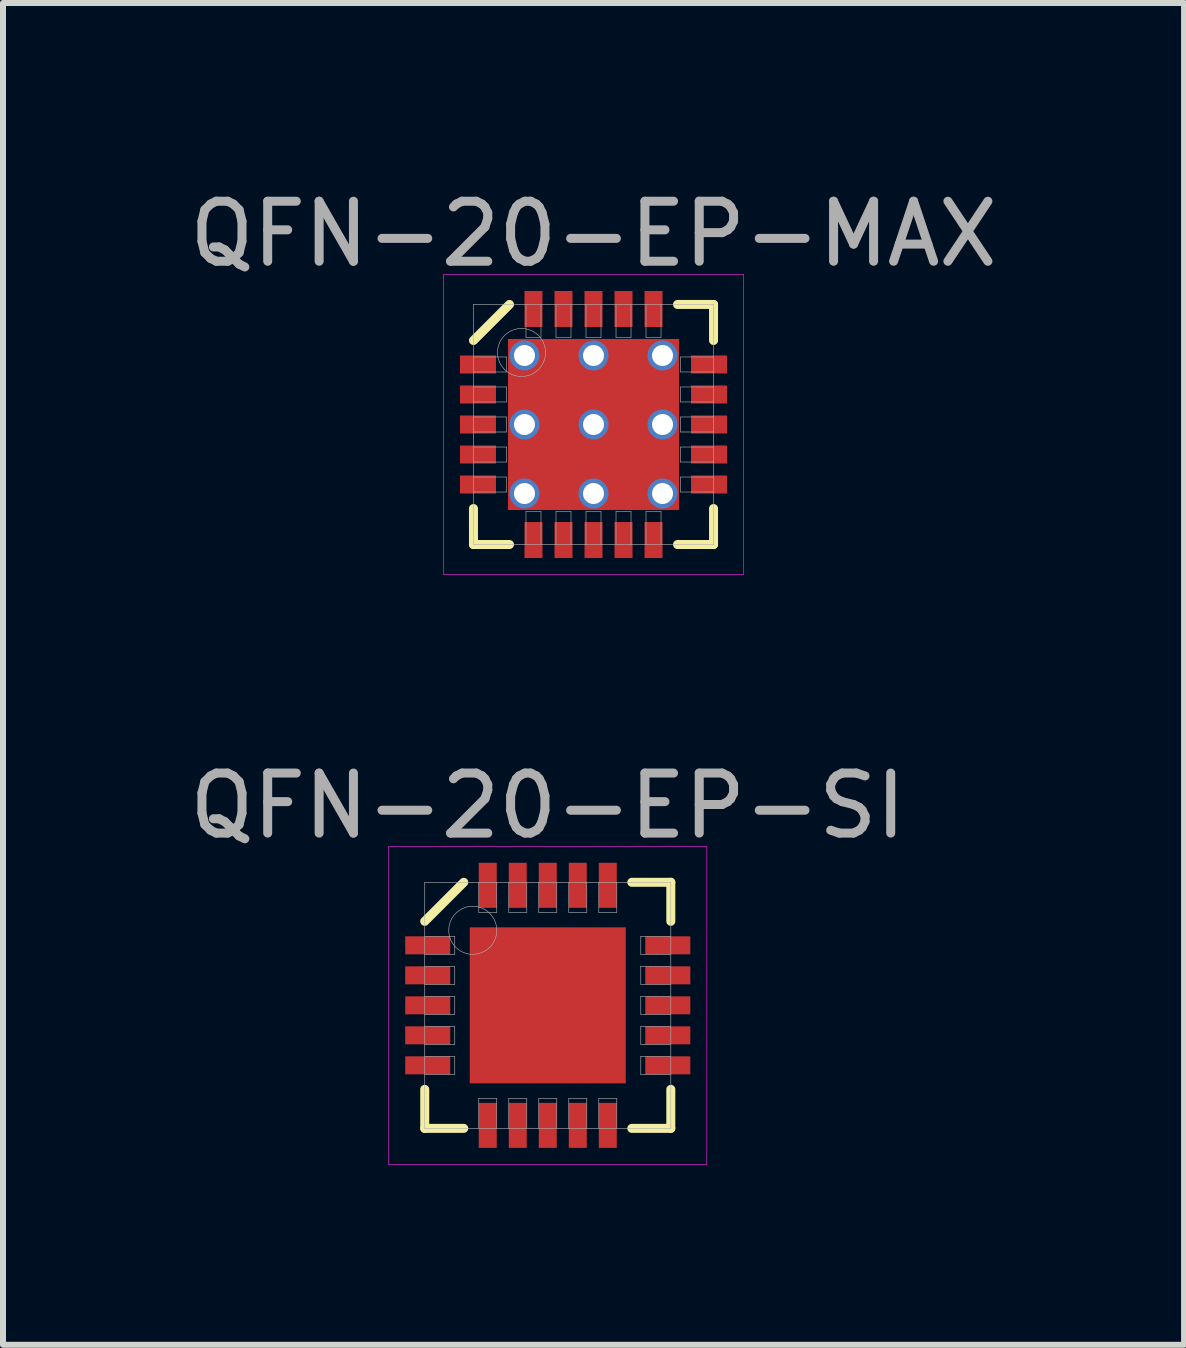
<source format=kicad_pcb>
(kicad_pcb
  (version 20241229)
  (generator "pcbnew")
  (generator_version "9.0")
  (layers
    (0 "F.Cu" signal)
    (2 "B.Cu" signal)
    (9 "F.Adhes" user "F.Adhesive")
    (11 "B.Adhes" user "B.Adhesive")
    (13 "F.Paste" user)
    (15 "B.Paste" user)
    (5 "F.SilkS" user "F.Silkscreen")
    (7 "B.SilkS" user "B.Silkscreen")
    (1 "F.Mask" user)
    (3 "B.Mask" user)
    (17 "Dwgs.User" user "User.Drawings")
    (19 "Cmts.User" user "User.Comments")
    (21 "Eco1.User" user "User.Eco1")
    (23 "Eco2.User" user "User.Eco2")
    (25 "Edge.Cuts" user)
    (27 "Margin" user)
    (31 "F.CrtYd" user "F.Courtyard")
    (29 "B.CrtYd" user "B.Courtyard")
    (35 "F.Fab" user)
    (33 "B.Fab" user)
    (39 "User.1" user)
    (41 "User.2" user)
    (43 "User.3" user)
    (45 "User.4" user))
  (footprint "QFN-20-EP-SI"
    (layer "F.Cu")
    (at 6.077 13.701)
    (property "Reference" "QFN-20-EP-SI" (at 0 -3.325 0) (layer "F.Fab") (effects (font (size 1 1) (thickness 0.15))))
    (attr through_hole)
    (fp_line (start -2.05 -1.4) (end -1.4 -2.05) (stroke (width 0.15) (type solid)) (layer "F.SilkS"))
    (fp_line (start -2.05 2.05) (end -2.05 1.4) (stroke (width 0.15) (type solid)) (layer "F.SilkS"))
    (fp_line (start -1.4 2.05) (end -2.05 2.05) (stroke (width 0.15) (type solid)) (layer "F.SilkS"))
    (fp_line (start 1.4 -2.05) (end 2.05 -2.05) (stroke (width 0.15) (type solid)) (layer "F.SilkS"))
    (fp_line (start 1.4 2.05) (end 2.05 2.05) (stroke (width 0.15) (type solid)) (layer "F.SilkS"))
    (fp_line (start 2.05 -2.05) (end 2.05 -1.4) (stroke (width 0.15) (type solid)) (layer "F.SilkS"))
    (fp_line (start 2.05 2.05) (end 2.05 1.4) (stroke (width 0.15) (type solid)) (layer "F.SilkS"))
    (fp_line (start -2.65 -2.65) (end 2.65 -2.65) (stroke (width 0.01) (type solid)) (layer "F.CrtYd"))
    (fp_line (start -2.65 2.65) (end -2.65 -2.65) (stroke (width 0.01) (type solid)) (layer "F.CrtYd"))
    (fp_line (start 2.65 -2.65) (end 2.65 2.65) (stroke (width 0.01) (type solid)) (layer "F.CrtYd"))
    (fp_line (start 2.65 2.65) (end -2.65 2.65) (stroke (width 0.01) (type solid)) (layer "F.CrtYd"))
    (fp_line (start -2.05 -2.05) (end 2.05 -2.05) (stroke (width 0.01) (type solid)) (layer "F.Fab"))
    (fp_line (start -2.05 -0.85) (end -1.55 -0.85) (stroke (width 0.01) (type solid)) (layer "F.Fab"))
    (fp_line (start -2.05 -0.35) (end -1.55 -0.35) (stroke (width 0.01) (type solid)) (layer "F.Fab"))
    (fp_line (start -2.05 0.15) (end -1.55 0.15) (stroke (width 0.01) (type solid)) (layer "F.Fab"))
    (fp_line (start -2.05 0.65) (end -1.55 0.65) (stroke (width 0.01) (type solid)) (layer "F.Fab"))
    (fp_line (start -2.05 1.15) (end -1.55 1.15) (stroke (width 0.01) (type solid)) (layer "F.Fab"))
    (fp_line (start -2.05 2.05) (end -2.05 -2.05) (stroke (width 0.01) (type solid)) (layer "F.Fab"))
    (fp_line (start -1.55 -1.15) (end -2.05 -1.15) (stroke (width 0.01) (type solid)) (layer "F.Fab"))
    (fp_line (start -1.55 -0.85) (end -1.55 -1.15) (stroke (width 0.01) (type solid)) (layer "F.Fab"))
    (fp_line (start -1.55 -0.65) (end -2.05 -0.65) (stroke (width 0.01) (type solid)) (layer "F.Fab"))
    (fp_line (start -1.55 -0.35) (end -1.55 -0.65) (stroke (width 0.01) (type solid)) (layer "F.Fab"))
    (fp_line (start -1.55 -0.15) (end -2.05 -0.15) (stroke (width 0.01) (type solid)) (layer "F.Fab"))
    (fp_line (start -1.55 0.15) (end -1.55 -0.15) (stroke (width 0.01) (type solid)) (layer "F.Fab"))
    (fp_line (start -1.55 0.35) (end -2.05 0.35) (stroke (width 0.01) (type solid)) (layer "F.Fab"))
    (fp_line (start -1.55 0.65) (end -1.55 0.35) (stroke (width 0.01) (type solid)) (layer "F.Fab"))
    (fp_line (start -1.55 0.85) (end -2.05 0.85) (stroke (width 0.01) (type solid)) (layer "F.Fab"))
    (fp_line (start -1.55 1.15) (end -1.55 0.85) (stroke (width 0.01) (type solid)) (layer "F.Fab"))
    (fp_line (start -1.15 -2.05) (end -1.15 -1.55) (stroke (width 0.01) (type solid)) (layer "F.Fab"))
    (fp_line (start -1.15 -1.55) (end -0.85 -1.55) (stroke (width 0.01) (type solid)) (layer "F.Fab"))
    (fp_line (start -1.15 1.55) (end -1.15 2.05) (stroke (width 0.01) (type solid)) (layer "F.Fab"))
    (fp_line (start -0.85 -1.55) (end -0.85 -2.05) (stroke (width 0.01) (type solid)) (layer "F.Fab"))
    (fp_line (start -0.85 1.55) (end -1.15 1.55) (stroke (width 0.01) (type solid)) (layer "F.Fab"))
    (fp_line (start -0.85 2.05) (end -0.85 1.55) (stroke (width 0.01) (type solid)) (layer "F.Fab"))
    (fp_line (start -0.65 -2.05) (end -0.65 -1.55) (stroke (width 0.01) (type solid)) (layer "F.Fab"))
    (fp_line (start -0.65 -1.55) (end -0.35 -1.55) (stroke (width 0.01) (type solid)) (layer "F.Fab"))
    (fp_line (start -0.65 1.55) (end -0.65 2.05) (stroke (width 0.01) (type solid)) (layer "F.Fab"))
    (fp_line (start -0.35 -1.55) (end -0.35 -2.05) (stroke (width 0.01) (type solid)) (layer "F.Fab"))
    (fp_line (start -0.35 1.55) (end -0.65 1.55) (stroke (width 0.01) (type solid)) (layer "F.Fab"))
    (fp_line (start -0.35 2.05) (end -0.35 1.55) (stroke (width 0.01) (type solid)) (layer "F.Fab"))
    (fp_line (start -0.15 -2.05) (end -0.15 -1.55) (stroke (width 0.01) (type solid)) (layer "F.Fab"))
    (fp_line (start -0.15 -1.55) (end 0.15 -1.55) (stroke (width 0.01) (type solid)) (layer "F.Fab"))
    (fp_line (start -0.15 1.55) (end -0.15 2.05) (stroke (width 0.01) (type solid)) (layer "F.Fab"))
    (fp_line (start 0.15 -1.55) (end 0.15 -2.05) (stroke (width 0.01) (type solid)) (layer "F.Fab"))
    (fp_line (start 0.15 1.55) (end -0.15 1.55) (stroke (width 0.01) (type solid)) (layer "F.Fab"))
    (fp_line (start 0.15 2.05) (end 0.15 1.55) (stroke (width 0.01) (type solid)) (layer "F.Fab"))
    (fp_line (start 0.35 -2.05) (end 0.35 -1.55) (stroke (width 0.01) (type solid)) (layer "F.Fab"))
    (fp_line (start 0.35 -1.55) (end 0.65 -1.55) (stroke (width 0.01) (type solid)) (layer "F.Fab"))
    (fp_line (start 0.35 1.55) (end 0.35 2.05) (stroke (width 0.01) (type solid)) (layer "F.Fab"))
    (fp_line (start 0.65 -1.55) (end 0.65 -2.05) (stroke (width 0.01) (type solid)) (layer "F.Fab"))
    (fp_line (start 0.65 1.55) (end 0.35 1.55) (stroke (width 0.01) (type solid)) (layer "F.Fab"))
    (fp_line (start 0.65 2.05) (end 0.65 1.55) (stroke (width 0.01) (type solid)) (layer "F.Fab"))
    (fp_line (start 0.85 -2.05) (end 0.85 -1.55) (stroke (width 0.01) (type solid)) (layer "F.Fab"))
    (fp_line (start 0.85 -1.55) (end 1.15 -1.55) (stroke (width 0.01) (type solid)) (layer "F.Fab"))
    (fp_line (start 0.85 1.55) (end 0.85 2.05) (stroke (width 0.01) (type solid)) (layer "F.Fab"))
    (fp_line (start 1.15 -1.55) (end 1.15 -2.05) (stroke (width 0.01) (type solid)) (layer "F.Fab"))
    (fp_line (start 1.15 1.55) (end 0.85 1.55) (stroke (width 0.01) (type solid)) (layer "F.Fab"))
    (fp_line (start 1.15 2.05) (end 1.15 1.55) (stroke (width 0.01) (type solid)) (layer "F.Fab"))
    (fp_line (start 1.55 -1.15) (end 1.55 -0.85) (stroke (width 0.01) (type solid)) (layer "F.Fab"))
    (fp_line (start 1.55 -0.85) (end 2.05 -0.85) (stroke (width 0.01) (type solid)) (layer "F.Fab"))
    (fp_line (start 1.55 -0.65) (end 1.55 -0.35) (stroke (width 0.01) (type solid)) (layer "F.Fab"))
    (fp_line (start 1.55 -0.35) (end 2.05 -0.35) (stroke (width 0.01) (type solid)) (layer "F.Fab"))
    (fp_line (start 1.55 -0.15) (end 1.55 0.15) (stroke (width 0.01) (type solid)) (layer "F.Fab"))
    (fp_line (start 1.55 0.15) (end 2.05 0.15) (stroke (width 0.01) (type solid)) (layer "F.Fab"))
    (fp_line (start 1.55 0.35) (end 1.55 0.65) (stroke (width 0.01) (type solid)) (layer "F.Fab"))
    (fp_line (start 1.55 0.65) (end 2.05 0.65) (stroke (width 0.01) (type solid)) (layer "F.Fab"))
    (fp_line (start 1.55 0.85) (end 1.55 1.15) (stroke (width 0.01) (type solid)) (layer "F.Fab"))
    (fp_line (start 1.55 1.15) (end 2.05 1.15) (stroke (width 0.01) (type solid)) (layer "F.Fab"))
    (fp_line (start 2.05 -2.05) (end 2.05 2.05) (stroke (width 0.01) (type solid)) (layer "F.Fab"))
    (fp_line (start 2.05 -1.15) (end 1.55 -1.15) (stroke (width 0.01) (type solid)) (layer "F.Fab"))
    (fp_line (start 2.05 -0.65) (end 1.55 -0.65) (stroke (width 0.01) (type solid)) (layer "F.Fab"))
    (fp_line (start 2.05 -0.15) (end 1.55 -0.15) (stroke (width 0.01) (type solid)) (layer "F.Fab"))
    (fp_line (start 2.05 0.35) (end 1.55 0.35) (stroke (width 0.01) (type solid)) (layer "F.Fab"))
    (fp_line (start 2.05 0.85) (end 1.55 0.85) (stroke (width 0.01) (type solid)) (layer "F.Fab"))
    (fp_line (start 2.05 2.05) (end -2.05 2.05) (stroke (width 0.01) (type solid)) (layer "F.Fab"))
    (fp_circle (center -1.25 -1.25) (end -1.25 -0.85) (stroke (width 0.01) (type solid)) (fill no) (layer "F.Fab"))
    (pad "" smd rect (at -0.65 -0.65) (size 1.1 1.1) (layers "F.Paste"))
    (pad "" smd rect (at -0.65 0.65) (size 1.1 1.1) (layers "F.Paste"))
    (pad "" smd rect (at 0.65 -0.65) (size 1.1 1.1) (layers "F.Paste"))
    (pad "" smd rect (at 0.65 0.65) (size 1.1 1.1) (layers "F.Paste"))
    (pad "1" smd rect (at -2 -1) (size 0.75 0.3) (layers "F.Cu" "F.Mask" "F.Paste"))
    (pad "2" smd rect (at -2 -0.5) (size 0.75 0.3) (layers "F.Cu" "F.Mask" "F.Paste"))
    (pad "3" smd rect (at -2 0) (size 0.75 0.3) (layers "F.Cu" "F.Mask" "F.Paste"))
    (pad "4" smd rect (at -2 0.5) (size 0.75 0.3) (layers "F.Cu" "F.Mask" "F.Paste"))
    (pad "5" smd rect (at -2 1) (size 0.75 0.3) (layers "F.Cu" "F.Mask" "F.Paste"))
    (pad "6" smd rect (at -1 2) (size 0.3 0.75) (layers "F.Cu" "F.Mask" "F.Paste"))
    (pad "7" smd rect (at -0.5 2) (size 0.3 0.75) (layers "F.Cu" "F.Mask" "F.Paste"))
    (pad "8" smd rect (at 0 2) (size 0.3 0.75) (layers "F.Cu" "F.Mask" "F.Paste"))
    (pad "9" smd rect (at 0.5 2) (size 0.3 0.75) (layers "F.Cu" "F.Mask" "F.Paste"))
    (pad "10" smd rect (at 1 2) (size 0.3 0.75) (layers "F.Cu" "F.Mask" "F.Paste"))
    (pad "11" smd rect (at 2 1) (size 0.75 0.3) (layers "F.Cu" "F.Mask" "F.Paste"))
    (pad "12" smd rect (at 2 0.5) (size 0.75 0.3) (layers "F.Cu" "F.Mask" "F.Paste"))
    (pad "13" smd rect (at 2 0) (size 0.75 0.3) (layers "F.Cu" "F.Mask" "F.Paste"))
    (pad "14" smd rect (at 2 -0.5) (size 0.75 0.3) (layers "F.Cu" "F.Mask" "F.Paste"))
    (pad "15" smd rect (at 2 -1) (size 0.75 0.3) (layers "F.Cu" "F.Mask" "F.Paste"))
    (pad "16" smd rect (at 1 -2) (size 0.3 0.75) (layers "F.Cu" "F.Mask" "F.Paste"))
    (pad "17" smd rect (at 0.5 -2) (size 0.3 0.75) (layers "F.Cu" "F.Mask" "F.Paste"))
    (pad "18" smd rect (at 0 -2) (size 0.3 0.75) (layers "F.Cu" "F.Mask" "F.Paste"))
    (pad "19" smd rect (at -0.5 -2) (size 0.3 0.75) (layers "F.Cu" "F.Mask" "F.Paste"))
    (pad "20" smd rect (at -1 -2) (size 0.3 0.75) (layers "F.Cu" "F.Mask" "F.Paste"))
    (pad "EP" smd rect (at 0 0) (size 2.6 2.6) (layers "F.Cu" "F.Mask")))
  (footprint "QFN-20-EP-MAX"
    (layer "F.Cu")
    (at 6.839 4.023)
    (property "Reference" "QFN-20-EP-MAX" (at 0 -3.175 0) (layer "F.Fab") (effects (font (size 1 1) (thickness 0.15))))
    (attr through_hole)
    (fp_line (start -2 -1.4) (end -1.4 -2) (stroke (width 0.15) (type solid)) (layer "F.SilkS"))
    (fp_line (start -2 2) (end -2 1.4) (stroke (width 0.15) (type solid)) (layer "F.SilkS"))
    (fp_line (start -1.4 2) (end -2 2) (stroke (width 0.15) (type solid)) (layer "F.SilkS"))
    (fp_line (start 1.4 -2) (end 2 -2) (stroke (width 0.15) (type solid)) (layer "F.SilkS"))
    (fp_line (start 1.4 2) (end 2 2) (stroke (width 0.15) (type solid)) (layer "F.SilkS"))
    (fp_line (start 2 -2) (end 2 -1.4) (stroke (width 0.15) (type solid)) (layer "F.SilkS"))
    (fp_line (start 2 2) (end 2 1.4) (stroke (width 0.15) (type solid)) (layer "F.SilkS"))
    (fp_line (start -2.5 -2.5) (end 2.5 -2.5) (stroke (width 0.01) (type solid)) (layer "F.CrtYd"))
    (fp_line (start -2.5 2.5) (end -2.5 -2.5) (stroke (width 0.01) (type solid)) (layer "F.CrtYd"))
    (fp_line (start 2.5 -2.5) (end 2.5 2.5) (stroke (width 0.01) (type solid)) (layer "F.CrtYd"))
    (fp_line (start 2.5 2.5) (end -2.5 2.5) (stroke (width 0.01) (type solid)) (layer "F.CrtYd"))
    (fp_line (start -2 -2) (end 2 -2) (stroke (width 0.01) (type solid)) (layer "F.Fab"))
    (fp_line (start -2 -0.875) (end -1.45 -0.875) (stroke (width 0.01) (type solid)) (layer "F.Fab"))
    (fp_line (start -2 -0.375) (end -1.45 -0.375) (stroke (width 0.01) (type solid)) (layer "F.Fab"))
    (fp_line (start -2 0.125) (end -1.45 0.125) (stroke (width 0.01) (type solid)) (layer "F.Fab"))
    (fp_line (start -2 0.625) (end -1.45 0.625) (stroke (width 0.01) (type solid)) (layer "F.Fab"))
    (fp_line (start -2 1.125) (end -1.45 1.125) (stroke (width 0.01) (type solid)) (layer "F.Fab"))
    (fp_line (start -2 2) (end -2 -2) (stroke (width 0.01) (type solid)) (layer "F.Fab"))
    (fp_line (start -1.45 -1.125) (end -2 -1.125) (stroke (width 0.01) (type solid)) (layer "F.Fab"))
    (fp_line (start -1.45 -0.875) (end -1.45 -1.125) (stroke (width 0.01) (type solid)) (layer "F.Fab"))
    (fp_line (start -1.45 -0.625) (end -2 -0.625) (stroke (width 0.01) (type solid)) (layer "F.Fab"))
    (fp_line (start -1.45 -0.375) (end -1.45 -0.625) (stroke (width 0.01) (type solid)) (layer "F.Fab"))
    (fp_line (start -1.45 -0.125) (end -2 -0.125) (stroke (width 0.01) (type solid)) (layer "F.Fab"))
    (fp_line (start -1.45 0.125) (end -1.45 -0.125) (stroke (width 0.01) (type solid)) (layer "F.Fab"))
    (fp_line (start -1.45 0.375) (end -2 0.375) (stroke (width 0.01) (type solid)) (layer "F.Fab"))
    (fp_line (start -1.45 0.625) (end -1.45 0.375) (stroke (width 0.01) (type solid)) (layer "F.Fab"))
    (fp_line (start -1.45 0.875) (end -2 0.875) (stroke (width 0.01) (type solid)) (layer "F.Fab"))
    (fp_line (start -1.45 1.125) (end -1.45 0.875) (stroke (width 0.01) (type solid)) (layer "F.Fab"))
    (fp_line (start -1.125 -2) (end -1.125 -1.45) (stroke (width 0.01) (type solid)) (layer "F.Fab"))
    (fp_line (start -1.125 -1.45) (end -0.875 -1.45) (stroke (width 0.01) (type solid)) (layer "F.Fab"))
    (fp_line (start -1.125 1.45) (end -1.125 2) (stroke (width 0.01) (type solid)) (layer "F.Fab"))
    (fp_line (start -0.875 -1.45) (end -0.875 -2) (stroke (width 0.01) (type solid)) (layer "F.Fab"))
    (fp_line (start -0.875 1.45) (end -1.125 1.45) (stroke (width 0.01) (type solid)) (layer "F.Fab"))
    (fp_line (start -0.875 2) (end -0.875 1.45) (stroke (width 0.01) (type solid)) (layer "F.Fab"))
    (fp_line (start -0.625 -2) (end -0.625 -1.45) (stroke (width 0.01) (type solid)) (layer "F.Fab"))
    (fp_line (start -0.625 -1.45) (end -0.375 -1.45) (stroke (width 0.01) (type solid)) (layer "F.Fab"))
    (fp_line (start -0.625 1.45) (end -0.625 2) (stroke (width 0.01) (type solid)) (layer "F.Fab"))
    (fp_line (start -0.375 -1.45) (end -0.375 -2) (stroke (width 0.01) (type solid)) (layer "F.Fab"))
    (fp_line (start -0.375 1.45) (end -0.625 1.45) (stroke (width 0.01) (type solid)) (layer "F.Fab"))
    (fp_line (start -0.375 2) (end -0.375 1.45) (stroke (width 0.01) (type solid)) (layer "F.Fab"))
    (fp_line (start -0.125 -2) (end -0.125 -1.45) (stroke (width 0.01) (type solid)) (layer "F.Fab"))
    (fp_line (start -0.125 -1.45) (end 0.125 -1.45) (stroke (width 0.01) (type solid)) (layer "F.Fab"))
    (fp_line (start -0.125 1.45) (end -0.125 2) (stroke (width 0.01) (type solid)) (layer "F.Fab"))
    (fp_line (start 0.125 -1.45) (end 0.125 -2) (stroke (width 0.01) (type solid)) (layer "F.Fab"))
    (fp_line (start 0.125 1.45) (end -0.125 1.45) (stroke (width 0.01) (type solid)) (layer "F.Fab"))
    (fp_line (start 0.125 2) (end 0.125 1.45) (stroke (width 0.01) (type solid)) (layer "F.Fab"))
    (fp_line (start 0.375 -2) (end 0.375 -1.45) (stroke (width 0.01) (type solid)) (layer "F.Fab"))
    (fp_line (start 0.375 -1.45) (end 0.625 -1.45) (stroke (width 0.01) (type solid)) (layer "F.Fab"))
    (fp_line (start 0.375 1.45) (end 0.375 2) (stroke (width 0.01) (type solid)) (layer "F.Fab"))
    (fp_line (start 0.625 -1.45) (end 0.625 -2) (stroke (width 0.01) (type solid)) (layer "F.Fab"))
    (fp_line (start 0.625 1.45) (end 0.375 1.45) (stroke (width 0.01) (type solid)) (layer "F.Fab"))
    (fp_line (start 0.625 2) (end 0.625 1.45) (stroke (width 0.01) (type solid)) (layer "F.Fab"))
    (fp_line (start 0.875 -2) (end 0.875 -1.45) (stroke (width 0.01) (type solid)) (layer "F.Fab"))
    (fp_line (start 0.875 -1.45) (end 1.125 -1.45) (stroke (width 0.01) (type solid)) (layer "F.Fab"))
    (fp_line (start 0.875 1.45) (end 0.875 2) (stroke (width 0.01) (type solid)) (layer "F.Fab"))
    (fp_line (start 1.125 -1.45) (end 1.125 -2) (stroke (width 0.01) (type solid)) (layer "F.Fab"))
    (fp_line (start 1.125 1.45) (end 0.875 1.45) (stroke (width 0.01) (type solid)) (layer "F.Fab"))
    (fp_line (start 1.125 2) (end 1.125 1.45) (stroke (width 0.01) (type solid)) (layer "F.Fab"))
    (fp_line (start 1.45 -1.125) (end 1.45 -0.875) (stroke (width 0.01) (type solid)) (layer "F.Fab"))
    (fp_line (start 1.45 -0.875) (end 2 -0.875) (stroke (width 0.01) (type solid)) (layer "F.Fab"))
    (fp_line (start 1.45 -0.625) (end 1.45 -0.375) (stroke (width 0.01) (type solid)) (layer "F.Fab"))
    (fp_line (start 1.45 -0.375) (end 2 -0.375) (stroke (width 0.01) (type solid)) (layer "F.Fab"))
    (fp_line (start 1.45 -0.125) (end 1.45 0.125) (stroke (width 0.01) (type solid)) (layer "F.Fab"))
    (fp_line (start 1.45 0.125) (end 2 0.125) (stroke (width 0.01) (type solid)) (layer "F.Fab"))
    (fp_line (start 1.45 0.375) (end 1.45 0.625) (stroke (width 0.01) (type solid)) (layer "F.Fab"))
    (fp_line (start 1.45 0.625) (end 2 0.625) (stroke (width 0.01) (type solid)) (layer "F.Fab"))
    (fp_line (start 1.45 0.875) (end 1.45 1.125) (stroke (width 0.01) (type solid)) (layer "F.Fab"))
    (fp_line (start 1.45 1.125) (end 2 1.125) (stroke (width 0.01) (type solid)) (layer "F.Fab"))
    (fp_line (start 2 -2) (end 2 2) (stroke (width 0.01) (type solid)) (layer "F.Fab"))
    (fp_line (start 2 -1.125) (end 1.45 -1.125) (stroke (width 0.01) (type solid)) (layer "F.Fab"))
    (fp_line (start 2 -0.625) (end 1.45 -0.625) (stroke (width 0.01) (type solid)) (layer "F.Fab"))
    (fp_line (start 2 -0.125) (end 1.45 -0.125) (stroke (width 0.01) (type solid)) (layer "F.Fab"))
    (fp_line (start 2 0.375) (end 1.45 0.375) (stroke (width 0.01) (type solid)) (layer "F.Fab"))
    (fp_line (start 2 0.875) (end 1.45 0.875) (stroke (width 0.01) (type solid)) (layer "F.Fab"))
    (fp_line (start 2 2) (end -2 2) (stroke (width 0.01) (type solid)) (layer "F.Fab"))
    (fp_circle (center -1.2 -1.2) (end -1.2 -0.8) (stroke (width 0.01) (type solid)) (fill no) (layer "F.Fab"))
    (pad "" smd rect (at -0.565 -0.565) (size 0.85 0.85) (layers "F.Mask"))
    (pad "" smd rect (at -0.565 -0.565) (size 0.85 0.85) (layers "F.Paste"))
    (pad "" smd rect (at -0.565 0.565) (size 0.85 0.85) (layers "F.Mask"))
    (pad "" smd rect (at -0.565 0.565) (size 0.85 0.85) (layers "F.Paste"))
    (pad "" smd rect (at 0.565 -0.565) (size 0.85 0.85) (layers "F.Mask"))
    (pad "" smd rect (at 0.565 -0.565) (size 0.85 0.85) (layers "F.Paste"))
    (pad "" smd rect (at 0.565 0.565) (size 0.85 0.85) (layers "F.Mask"))
    (pad "" smd rect (at 0.565 0.565) (size 0.85 0.85) (layers "F.Paste"))
    (pad "1" smd rect (at -1.925 -1) (size 0.6 0.3) (layers "F.Cu" "F.Mask" "F.Paste"))
    (pad "2" smd rect (at -1.925 -0.5) (size 0.6 0.3) (layers "F.Cu" "F.Mask" "F.Paste"))
    (pad "3" smd rect (at -1.925 0) (size 0.6 0.3) (layers "F.Cu" "F.Mask" "F.Paste"))
    (pad "4" smd rect (at -1.925 0.5) (size 0.6 0.3) (layers "F.Cu" "F.Mask" "F.Paste"))
    (pad "5" smd rect (at -1.925 1) (size 0.6 0.3) (layers "F.Cu" "F.Mask" "F.Paste"))
    (pad "6" smd rect (at -1 1.925) (size 0.3 0.6) (layers "F.Cu" "F.Mask" "F.Paste"))
    (pad "7" smd rect (at -0.5 1.925) (size 0.3 0.6) (layers "F.Cu" "F.Mask" "F.Paste"))
    (pad "8" smd rect (at 0 1.925) (size 0.3 0.6) (layers "F.Cu" "F.Mask" "F.Paste"))
    (pad "9" smd rect (at 0.5 1.925) (size 0.3 0.6) (layers "F.Cu" "F.Mask" "F.Paste"))
    (pad "10" smd rect (at 1 1.925) (size 0.3 0.6) (layers "F.Cu" "F.Mask" "F.Paste"))
    (pad "11" smd rect (at 1.925 1) (size 0.6 0.3) (layers "F.Cu" "F.Mask" "F.Paste"))
    (pad "12" smd rect (at 1.925 0.5) (size 0.6 0.3) (layers "F.Cu" "F.Mask" "F.Paste"))
    (pad "13" smd rect (at 1.925 0) (size 0.6 0.3) (layers "F.Cu" "F.Mask" "F.Paste"))
    (pad "14" smd rect (at 1.925 -0.5) (size 0.6 0.3) (layers "F.Cu" "F.Mask" "F.Paste"))
    (pad "15" smd rect (at 1.925 -1) (size 0.6 0.3) (layers "F.Cu" "F.Mask" "F.Paste"))
    (pad "16" smd rect (at 1 -1.925) (size 0.3 0.6) (layers "F.Cu" "F.Mask" "F.Paste"))
    (pad "17" smd rect (at 0.5 -1.925) (size 0.3 0.6) (layers "F.Cu" "F.Mask" "F.Paste"))
    (pad "18" smd rect (at 0 -1.925) (size 0.3 0.6) (layers "F.Cu" "F.Mask" "F.Paste"))
    (pad "19" smd rect (at -0.5 -1.925) (size 0.3 0.6) (layers "F.Cu" "F.Mask" "F.Paste"))
    (pad "20" smd rect (at -1 -1.925) (size 0.3 0.6) (layers "F.Cu" "F.Mask" "F.Paste"))
    (pad "EP" thru_hole circle (at -1.15 -1.15) (size 0.5 0.5) (drill 0.35) (layers "*.Cu"))
    (pad "EP" thru_hole circle (at -1.15 0) (size 0.5 0.5) (drill 0.35) (layers "*.Cu"))
    (pad "EP" thru_hole circle (at -1.15 1.15) (size 0.5 0.5) (drill 0.35) (layers "*.Cu"))
    (pad "EP" thru_hole circle (at 0 -1.15) (size 0.5 0.5) (drill 0.35) (layers "*.Cu"))
    (pad "EP" thru_hole circle (at 0 0) (size 0.5 0.5) (drill 0.35) (layers "*.Cu"))
    (pad "EP" smd rect (at 0 0) (size 2.85 2.85) (layers "F.Cu"))
    (pad "EP" thru_hole circle (at 0 1.15) (size 0.5 0.5) (drill 0.35) (layers "*.Cu"))
    (pad "EP" thru_hole circle (at 1.15 -1.15) (size 0.5 0.5) (drill 0.35) (layers "*.Cu"))
    (pad "EP" thru_hole circle (at 1.15 0) (size 0.5 0.5) (drill 0.35) (layers "*.Cu"))
    (pad "EP" thru_hole circle (at 1.15 1.15) (size 0.5 0.5) (drill 0.35) (layers "*.Cu")))
  (gr_rect
    (start -3 -3)
    (end 16.679 19.357)
    (stroke (width 0.1) (type default))
    (fill no)
    (layer "Edge.Cuts")))
</source>
